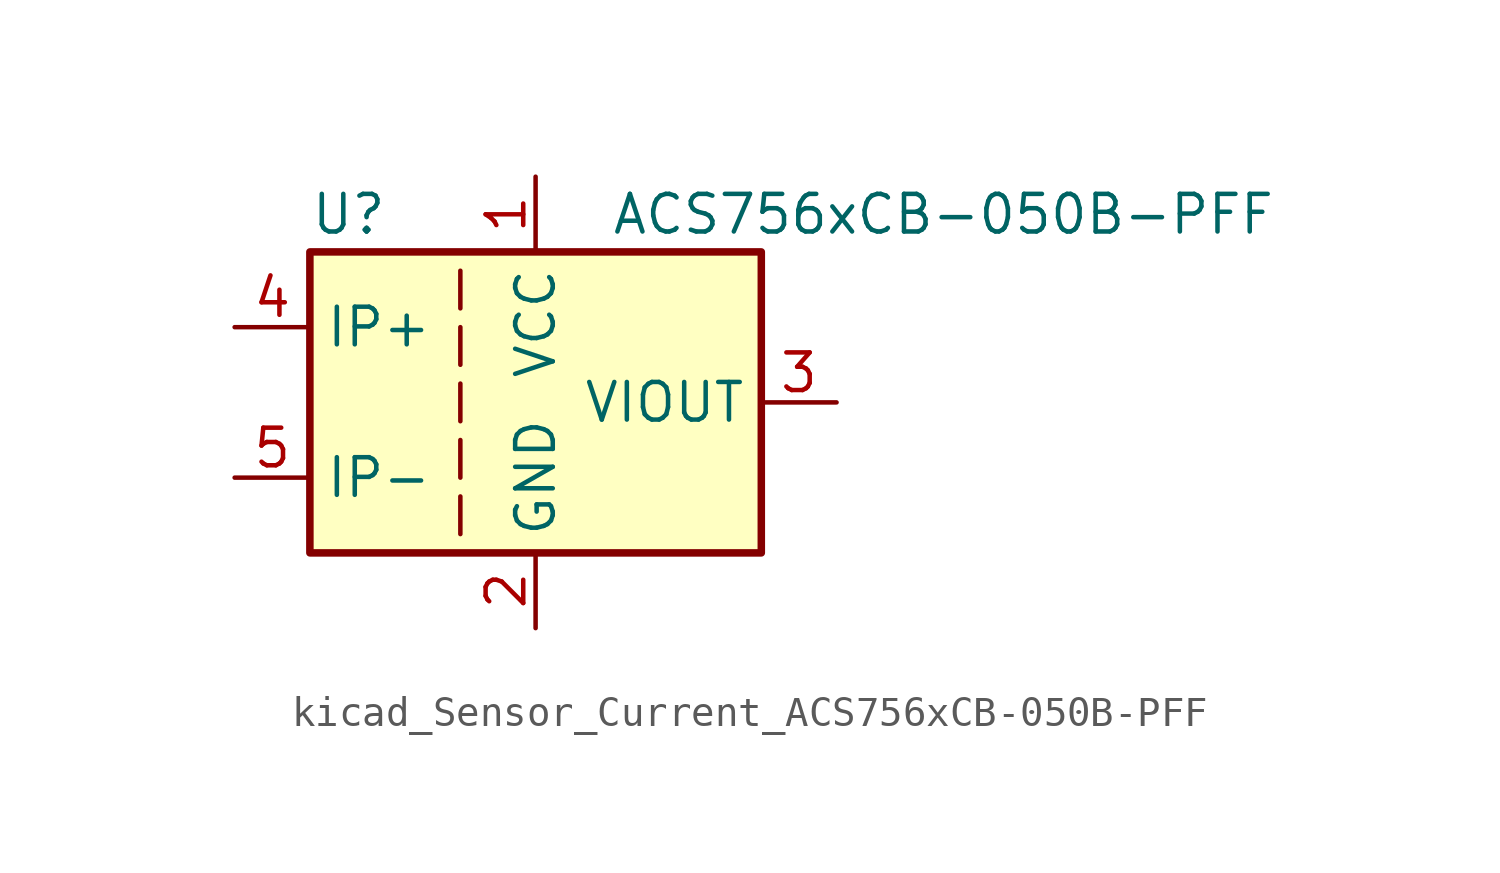
<source format=kicad_sym>
(kicad_symbol_lib
  (version 20220914)
  (generator kicad_symbol_editor)
  (symbol "kicad_Sensor_Current_ACS756xCB-050B-PFF"
    (property "Reference" "U"
      (at -7.62 6.35 0)
      (effects (font (size 1.27 1.27)) (justify left)))
    (property "Value" "ACS756xCB-050B-PFF"
      (at 2.54 6.35 0)
      (effects (font (size 1.27 1.27)) (justify left)))
    (symbol "kicad_Sensor_Current_ACS756xCB-050B-PFF_0_1"
      (rectangle (start -7.62 5.08) (end 7.62 -5.08) (stroke (width 0.254) (type default)) (fill (type background)))
      (polyline (pts (xy -2.54 -3.175) (xy -2.54 -4.445)) (stroke (width 0) (type default)) (fill (type none)))
      (polyline (pts (xy -2.54 -1.27) (xy -2.54 -2.54)) (stroke (width 0) (type default)) (fill (type none)))
      (polyline (pts (xy -2.54 0.635) (xy -2.54 -0.635)) (stroke (width 0) (type default)) (fill (type none)))
      (polyline (pts (xy -2.54 1.27) (xy -2.54 2.54)) (stroke (width 0) (type default)) (fill (type none)))
      (polyline (pts (xy -2.54 3.175) (xy -2.54 4.445)) (stroke (width 0) (type default)) (fill (type none))))
    (symbol "kicad_Sensor_Current_ACS756xCB-050B-PFF_1_1"
      (pin power_in line (at 0 7.62 270) (length 2.54) (name "VCC" (effects (font (size 1.27 1.27)))) (number "1" (effects (font (size 1.27 1.27)))))
      (pin power_in line (at 0 -7.62 90) (length 2.54) (name "GND" (effects (font (size 1.27 1.27)))) (number "2" (effects (font (size 1.27 1.27)))))
      (pin output line (at 10.16 0 180) (length 2.54) (name "VIOUT" (effects (font (size 1.27 1.27)))) (number "3" (effects (font (size 1.27 1.27)))))
      (pin passive line (at -10.16 2.54 0) (length 2.54) (name "IP+" (effects (font (size 1.27 1.27)))) (number "4" (effects (font (size 1.27 1.27)))))
      (pin passive line (at -10.16 -2.54 0) (length 2.54) (name "IP-" (effects (font (size 1.27 1.27)))) (number "5" (effects (font (size 1.27 1.27))))))))
</source>
